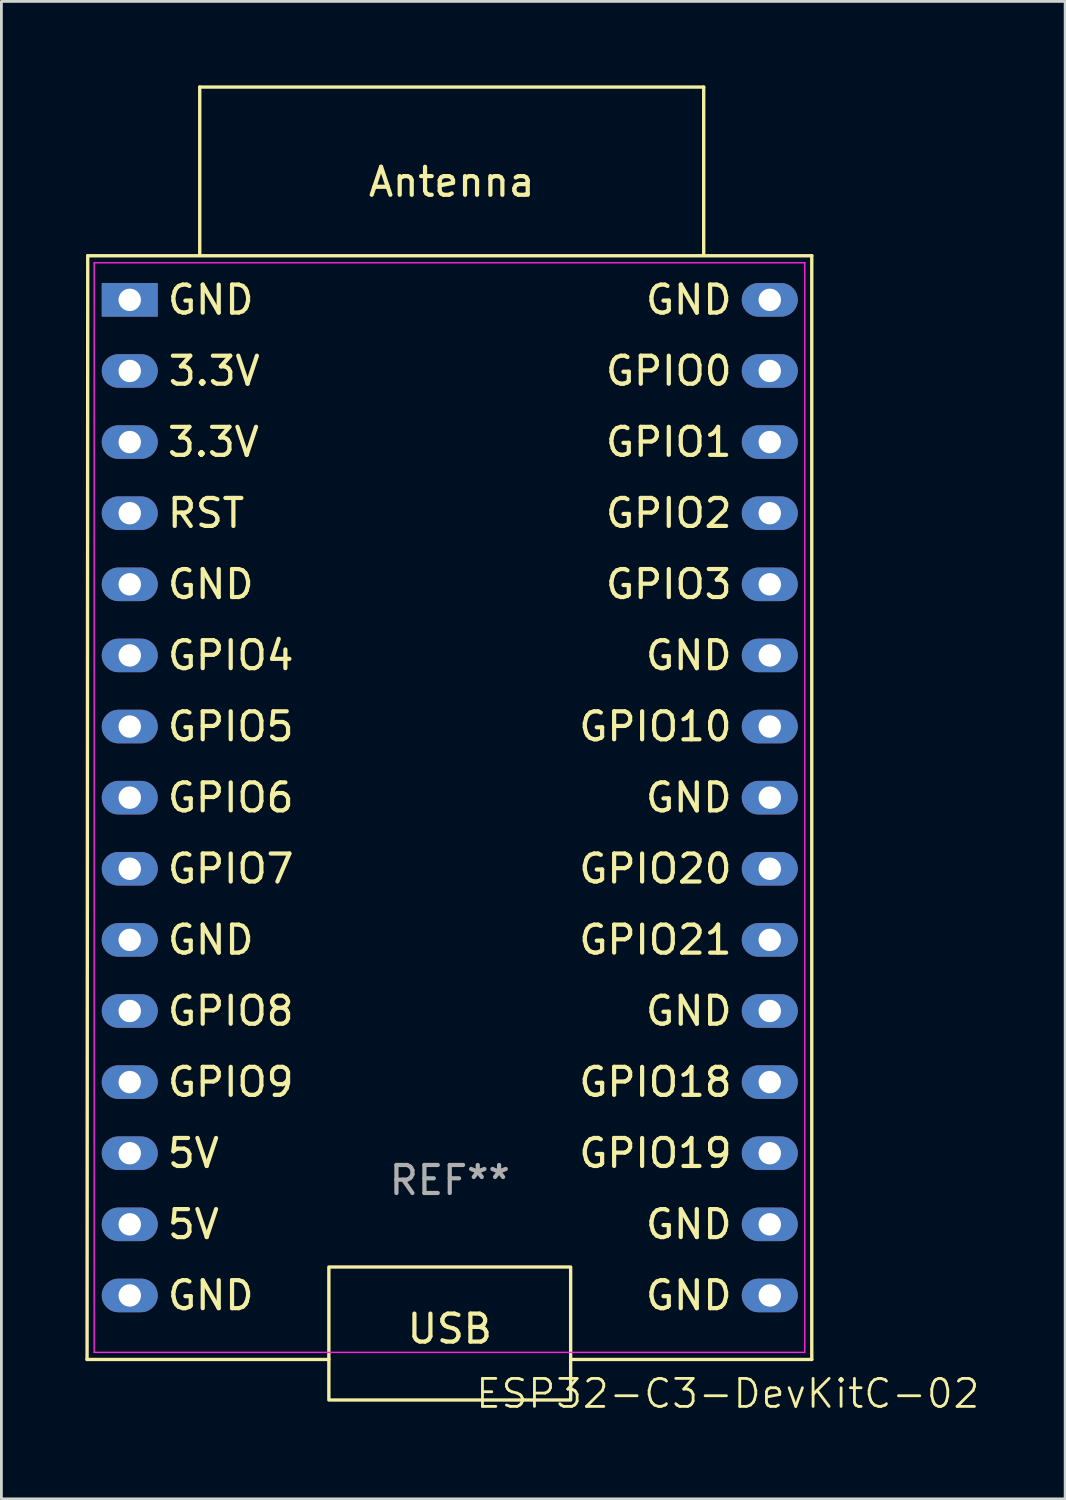
<source format=kicad_pcb>
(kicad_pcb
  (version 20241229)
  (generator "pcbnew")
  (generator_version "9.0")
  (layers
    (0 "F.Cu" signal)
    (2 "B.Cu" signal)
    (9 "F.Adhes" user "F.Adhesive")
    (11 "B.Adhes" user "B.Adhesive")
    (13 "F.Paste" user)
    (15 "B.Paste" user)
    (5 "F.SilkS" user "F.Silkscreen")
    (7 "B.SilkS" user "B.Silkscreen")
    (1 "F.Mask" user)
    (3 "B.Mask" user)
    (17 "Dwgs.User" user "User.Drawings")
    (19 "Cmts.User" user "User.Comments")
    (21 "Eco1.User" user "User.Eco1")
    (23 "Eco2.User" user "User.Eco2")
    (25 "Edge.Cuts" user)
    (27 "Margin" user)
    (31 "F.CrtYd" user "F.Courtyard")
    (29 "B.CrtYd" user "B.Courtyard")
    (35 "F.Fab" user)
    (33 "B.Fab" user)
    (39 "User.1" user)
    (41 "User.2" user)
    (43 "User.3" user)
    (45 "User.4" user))
  (footprint "ESP32-C3-DevKitC-02"
    (layer "F.Cu")
    (at 12.784 11.165)
    (property "Reference" "ESP32-C3-DevKitC-02" (at 10.16 35.56 0) (unlocked yes) (layer "F.SilkS") (effects (font (size 1 1) (thickness 0.1))))
    (attr smd)
    (fp_line (start -12.724 34.341) (end -4.088 34.341) (stroke (width 0.12) (type solid)) (layer "F.SilkS"))
    (fp_line (start -12.7 -5.08) (end -12.724 34.341) (stroke (width 0.12) (type solid)) (layer "F.SilkS"))
    (fp_line (start -8.7 -11.105) (end 9.3 -11.105) (stroke (width 0.12) (type default)) (layer "F.SilkS"))
    (fp_line (start -8.7 -5.105) (end -8.7 -11.105) (stroke (width 0.12) (type default)) (layer "F.SilkS"))
    (fp_line (start 9.3 -11.105) (end 9.3 -5.105) (stroke (width 0.12) (type default)) (layer "F.SilkS"))
    (fp_line (start 13.16 34.341) (end 4.548 34.341) (stroke (width 0.12) (type default)) (layer "F.SilkS"))
    (fp_line (start 13.16 34.341) (end 13.16 -5.08) (stroke (width 0.12) (type solid)) (layer "F.SilkS"))
    (fp_line (start 13.16 -5.08) (end -12.7 -5.08) (stroke (width 0.12) (type solid)) (layer "F.SilkS"))
    (fp_rect (start -4.088 31.039) (end 4.548 35.789) (stroke (width 0.12) (type solid)) (fill no) (layer "F.SilkS"))
    (fp_line (start -12.47 -4.83) (end 12.91 -4.83) (stroke (width 0.05) (type solid)) (layer "F.CrtYd"))
    (fp_line (start -12.47 34.087) (end -12.47 -4.83) (stroke (width 0.05) (type solid)) (layer "F.CrtYd"))
    (fp_line (start 12.91 -4.83) (end 12.91 34.087) (stroke (width 0.05) (type solid)) (layer "F.CrtYd"))
    (fp_line (start 12.91 34.087) (end -12.47 34.087) (stroke (width 0.05) (type solid)) (layer "F.CrtYd"))
    (fp_text user "GPIO1" (at 10.39 1.575 0) (unlocked yes) (layer "F.SilkS") (effects (font (size 1 1) (thickness 0.15)) (justify right)))
    (fp_text user "5V" (at -9.93 29.515 0) (unlocked yes) (layer "F.SilkS") (effects (font (size 1 1) (thickness 0.15)) (justify left)))
    (fp_text user "5V" (at -9.93 26.975 0) (unlocked yes) (layer "F.SilkS") (effects (font (size 1 1) (thickness 0.15)) (justify left)))
    (fp_text user "GND" (at 10.39 21.895 0) (unlocked yes) (layer "F.SilkS") (effects (font (size 1 1) (thickness 0.15)) (justify right)))
    (fp_text user "GPIO21" (at 10.39 19.355 0) (unlocked yes) (layer "F.SilkS") (effects (font (size 1 1) (thickness 0.15)) (justify right)))
    (fp_text user "3.3V" (at -9.9 -0.965 0) (unlocked yes) (layer "F.SilkS") (effects (font (size 1 1) (thickness 0.15)) (justify left)))
    (fp_text user "GND" (at 10.39 14.275 0) (unlocked yes) (layer "F.SilkS") (effects (font (size 1 1) (thickness 0.15)) (justify right)))
    (fp_text user "GPIO9" (at -9.93 24.435 0) (unlocked yes) (layer "F.SilkS") (effects (font (size 1 1) (thickness 0.15)) (justify left)))
    (fp_text user "RST" (at -9.93 4.115 0) (unlocked yes) (layer "F.SilkS") (effects (font (size 1 1) (thickness 0.15)) (justify left)))
    (fp_text user "USB" (at 0.23 33.833 0) (unlocked yes) (layer "F.SilkS") (effects (font (size 1 1) (thickness 0.15)) (justify bottom)))
    (fp_text user "GND" (at -9.93 19.355 0) (unlocked yes) (layer "F.SilkS") (effects (font (size 1 1) (thickness 0.15)) (justify left)))
    (fp_text user "GPIO19" (at 10.39 26.975 0) (unlocked yes) (layer "F.SilkS") (effects (font (size 1 1) (thickness 0.15)) (justify right)))
    (fp_text user "GPIO6" (at -9.93 14.275 0) (unlocked yes) (layer "F.SilkS") (effects (font (size 1 1) (thickness 0.15)) (justify left)))
    (fp_text user "3.3V" (at -9.93 1.575 0) (unlocked yes) (layer "F.SilkS") (effects (font (size 1 1) (thickness 0.15)) (justify left)))
    (fp_text user "GPIO7" (at -9.93 16.815 0) (unlocked yes) (layer "F.SilkS") (effects (font (size 1 1) (thickness 0.15)) (justify left)))
    (fp_text user "GPIO8" (at -9.93 21.895 0) (unlocked yes) (layer "F.SilkS") (effects (font (size 1 1) (thickness 0.15)) (justify left)))
    (fp_text user "GND" (at 10.39 29.515 0) (unlocked yes) (layer "F.SilkS") (effects (font (size 1 1) (thickness 0.15)) (justify right)))
    (fp_text user "GND" (at -9.93 6.655 0) (unlocked yes) (layer "F.SilkS") (effects (font (size 1 1) (thickness 0.15)) (justify left)))
    (fp_text user "GPIO4" (at -9.93 9.195 0) (unlocked yes) (layer "F.SilkS") (effects (font (size 1 1) (thickness 0.15)) (justify left)))
    (fp_text user "GPIO20" (at 10.39 16.815 0) (unlocked yes) (layer "F.SilkS") (effects (font (size 1 1) (thickness 0.15)) (justify right)))
    (fp_text user "GPIO18" (at 10.39 24.435 0) (unlocked yes) (layer "F.SilkS") (effects (font (size 1 1) (thickness 0.15)) (justify right)))
    (fp_text user "GPIO2" (at 10.39 4.115 0) (unlocked yes) (layer "F.SilkS") (effects (font (size 1 1) (thickness 0.15)) (justify right)))
    (fp_text user "Antenna" (at 0.3 -7.713 0) (unlocked yes) (layer "F.SilkS") (effects (font (size 1 1) (thickness 0.15))))
    (fp_text user "GND" (at 10.39 9.195 0) (unlocked yes) (layer "F.SilkS") (effects (font (size 1 1) (thickness 0.15)) (justify right)))
    (fp_text user "GPIO5" (at -9.93 11.735 0) (unlocked yes) (layer "F.SilkS") (effects (font (size 1 1) (thickness 0.15)) (justify left)))
    (fp_text user "GPIO10" (at 10.39 11.735 0) (unlocked yes) (layer "F.SilkS") (effects (font (size 1 1) (thickness 0.15)) (justify right)))
    (fp_text user "GPIO0" (at 10.39 -0.965 0) (unlocked yes) (layer "F.SilkS") (effects (font (size 1 1) (thickness 0.15)) (justify right)))
    (fp_text user "GND" (at 10.39 32.055 0) (unlocked yes) (layer "F.SilkS") (effects (font (size 1 1) (thickness 0.15)) (justify right)))
    (fp_text user "GND" (at -9.93 -3.505 0) (unlocked yes) (layer "F.SilkS") (effects (font (size 1 1) (thickness 0.15)) (justify left)))
    (fp_text user "GND" (at 10.39 -3.505 0) (unlocked yes) (layer "F.SilkS") (effects (font (size 1 1) (thickness 0.15)) (justify right)))
    (fp_text user "GPIO3" (at 10.39 6.655 0) (unlocked yes) (layer "F.SilkS") (effects (font (size 1 1) (thickness 0.15)) (justify right)))
    (fp_text user "GND" (at -9.93 32.055 0) (unlocked yes) (layer "F.SilkS") (effects (font (size 1 1) (thickness 0.15)) (justify left)))
    (fp_text user "REF**" (at 0.23 27.94 0) (layer "F.Fab") (effects (font (size 1 1) (thickness 0.15))))
    (pad "1" thru_hole rect (at -11.2 -3.505 270) (size 1.2 2) (drill 0.8) (layers "*.Cu" "*.Mask"))
    (pad "2" thru_hole oval (at -11.2 -0.965 270) (size 1.2 2) (drill 0.8) (layers "*.Cu" "*.Mask"))
    (pad "3" thru_hole oval (at -11.2 1.575 270) (size 1.2 2) (drill 0.8) (layers "*.Cu" "*.Mask"))
    (pad "4" thru_hole oval (at -11.2 4.115 270) (size 1.2 2) (drill 0.8) (layers "*.Cu" "*.Mask"))
    (pad "5" thru_hole oval (at -11.2 6.655 270) (size 1.2 2) (drill 0.8) (layers "*.Cu" "*.Mask"))
    (pad "6" thru_hole oval (at -11.2 9.195 270) (size 1.2 2) (drill 0.8) (layers "*.Cu" "*.Mask"))
    (pad "7" thru_hole oval (at -11.2 11.735 270) (size 1.2 2) (drill 0.8) (layers "*.Cu" "*.Mask"))
    (pad "8" thru_hole oval (at -11.2 14.275 270) (size 1.2 2) (drill 0.8) (layers "*.Cu" "*.Mask"))
    (pad "9" thru_hole oval (at -11.2 16.815 270) (size 1.2 2) (drill 0.8) (layers "*.Cu" "*.Mask"))
    (pad "10" thru_hole oval (at -11.2 19.355 270) (size 1.2 2) (drill 0.8) (layers "*.Cu" "*.Mask"))
    (pad "11" thru_hole oval (at -11.2 21.895 270) (size 1.2 2) (drill 0.8) (layers "*.Cu" "*.Mask"))
    (pad "12" thru_hole oval (at -11.2 24.435 270) (size 1.2 2) (drill 0.8) (layers "*.Cu" "*.Mask"))
    (pad "13" thru_hole oval (at -11.2 26.975 270) (size 1.2 2) (drill 0.8) (layers "*.Cu" "*.Mask"))
    (pad "14" thru_hole oval (at -11.2 29.515 270) (size 1.2 2) (drill 0.8) (layers "*.Cu" "*.Mask"))
    (pad "15" thru_hole oval (at -11.2 32.055 270) (size 1.2 2) (drill 0.8) (layers "*.Cu" "*.Mask"))
    (pad "16" thru_hole oval (at 11.66 -3.505 270) (size 1.2 2) (drill 0.8) (layers "*.Cu" "*.Mask"))
    (pad "17" thru_hole oval (at 11.66 -0.965 270) (size 1.2 2) (drill 0.8) (layers "*.Cu" "*.Mask"))
    (pad "18" thru_hole oval (at 11.66 1.575 270) (size 1.2 2) (drill 0.8) (layers "*.Cu" "*.Mask"))
    (pad "19" thru_hole oval (at 11.66 4.115 270) (size 1.2 2) (drill 0.8) (layers "*.Cu" "*.Mask"))
    (pad "20" thru_hole oval (at 11.66 6.655 270) (size 1.2 2) (drill 0.8) (layers "*.Cu" "*.Mask"))
    (pad "21" thru_hole oval (at 11.66 9.195 270) (size 1.2 2) (drill 0.8) (layers "*.Cu" "*.Mask"))
    (pad "22" thru_hole oval (at 11.66 11.735 270) (size 1.2 2) (drill 0.8) (layers "*.Cu" "*.Mask"))
    (pad "23" thru_hole oval (at 11.66 14.275 270) (size 1.2 2) (drill 0.8) (layers "*.Cu" "*.Mask"))
    (pad "24" thru_hole oval (at 11.66 16.815 270) (size 1.2 2) (drill 0.8) (layers "*.Cu" "*.Mask"))
    (pad "25" thru_hole oval (at 11.66 19.355 270) (size 1.2 2) (drill 0.8) (layers "*.Cu" "*.Mask"))
    (pad "26" thru_hole oval (at 11.66 21.895 270) (size 1.2 2) (drill 0.8) (layers "*.Cu" "*.Mask"))
    (pad "27" thru_hole oval (at 11.66 24.435 270) (size 1.2 2) (drill 0.8) (layers "*.Cu" "*.Mask"))
    (pad "28" thru_hole oval (at 11.66 26.975 270) (size 1.2 2) (drill 0.8) (layers "*.Cu" "*.Mask"))
    (pad "29" thru_hole oval (at 11.66 29.515 270) (size 1.2 2) (drill 0.8) (layers "*.Cu" "*.Mask"))
    (pad "30" thru_hole oval (at 11.66 32.055 270) (size 1.2 2) (drill 0.8) (layers "*.Cu" "*.Mask")))
  (gr_rect
    (start -3 -3)
    (end 34.994 50.486)
    (stroke (width 0.1) (type default))
    (fill no)
    (layer "Edge.Cuts")))
</source>
